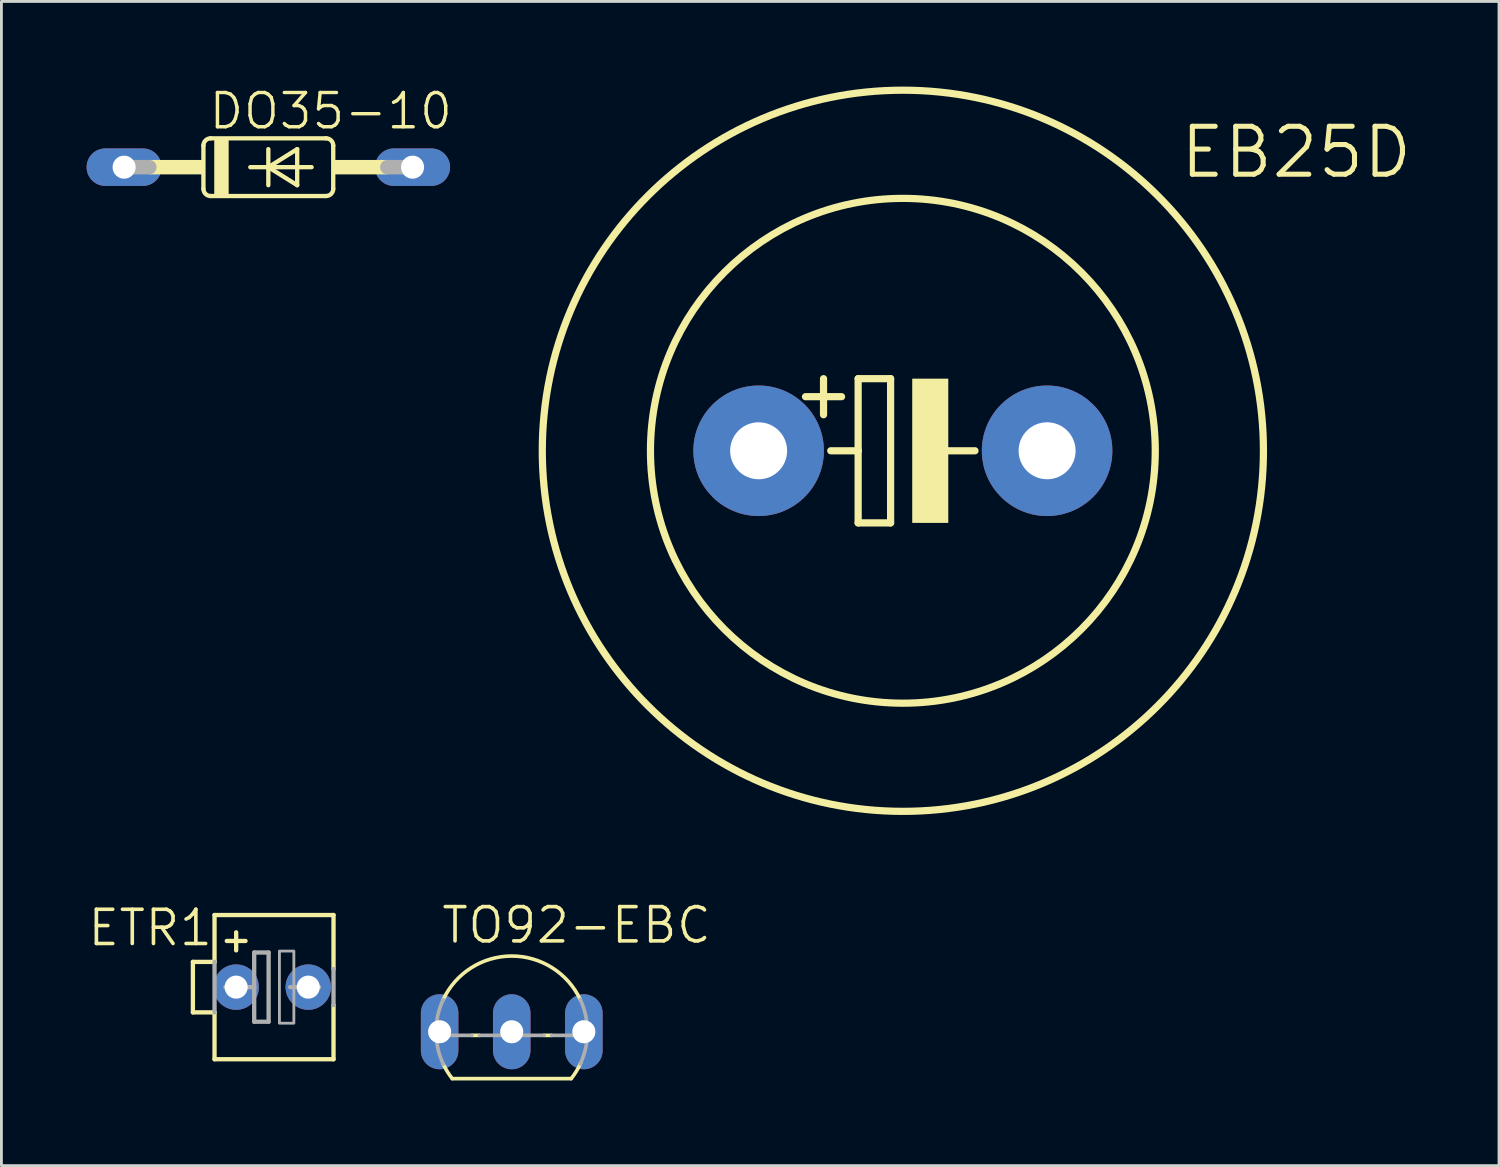
<source format=kicad_pcb>
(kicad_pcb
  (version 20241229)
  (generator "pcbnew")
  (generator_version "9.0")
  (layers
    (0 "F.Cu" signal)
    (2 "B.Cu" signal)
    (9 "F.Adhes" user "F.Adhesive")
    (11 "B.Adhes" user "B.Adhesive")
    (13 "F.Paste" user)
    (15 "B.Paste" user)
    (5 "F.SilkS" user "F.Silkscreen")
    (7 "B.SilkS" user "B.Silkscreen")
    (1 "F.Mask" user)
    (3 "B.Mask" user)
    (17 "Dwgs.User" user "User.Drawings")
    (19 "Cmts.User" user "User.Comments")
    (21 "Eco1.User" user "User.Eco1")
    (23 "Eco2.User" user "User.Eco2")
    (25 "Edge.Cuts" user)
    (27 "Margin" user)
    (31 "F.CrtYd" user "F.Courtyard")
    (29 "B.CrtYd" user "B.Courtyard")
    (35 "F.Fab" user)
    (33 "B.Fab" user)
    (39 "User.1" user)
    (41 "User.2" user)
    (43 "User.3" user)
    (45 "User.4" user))
  (footprint "ETR1"
    (layer "F.Cu")
    (at 6.538 31.718)
    (property "Reference" "ETR1" (at -2.032 -2.794 0) (layer "F.SilkS") (effects (font (size 1.206 1.206) (thickness 0.127)) (justify right top)))
    (attr through_hole)
    (fp_line (start -2.794 -0.889) (end -2.794 0.889) (stroke (width 0.152) (type solid)) (layer "F.SilkS"))
    (fp_line (start -2.794 0.889) (end -2.032 0.889) (stroke (width 0.152) (type solid)) (layer "F.SilkS"))
    (fp_line (start -2.032 -0.889) (end -2.794 -0.889) (stroke (width 0.152) (type solid)) (layer "F.SilkS"))
    (fp_line (start -2.032 -0.889) (end -2.032 -2.54) (stroke (width 0.152) (type solid)) (layer "F.SilkS"))
    (fp_line (start -2.032 2.54) (end -2.032 0.889) (stroke (width 0.152) (type solid)) (layer "F.SilkS"))
    (fp_line (start -2.032 2.54) (end 2.159 2.54) (stroke (width 0.152) (type solid)) (layer "F.SilkS"))
    (fp_line (start -1.27 -1.93) (end -1.27 -1.295) (stroke (width 0.152) (type solid)) (layer "F.SilkS"))
    (fp_line (start -0.94 -1.626) (end -1.6 -1.626) (stroke (width 0.152) (type solid)) (layer "F.SilkS"))
    (fp_line (start 2.159 -2.54) (end -2.032 -2.54) (stroke (width 0.152) (type solid)) (layer "F.SilkS"))
    (fp_line (start 2.159 -2.54) (end 2.159 -0.635) (stroke (width 0.152) (type solid)) (layer "F.SilkS"))
    (fp_line (start 2.159 0.635) (end 2.159 2.54) (stroke (width 0.152) (type solid)) (layer "F.SilkS"))
    (fp_line (start -2.032 0.889) (end -2.032 -0.889) (stroke (width 0.152) (type solid)) (layer "F.Fab"))
    (fp_line (start -1.651 0) (end -0.635 0) (stroke (width 0.152) (type solid)) (layer "F.Fab"))
    (fp_line (start -0.635 -1.219) (end -0.635 0) (stroke (width 0.152) (type solid)) (layer "F.Fab"))
    (fp_line (start -0.635 0) (end -0.635 1.219) (stroke (width 0.152) (type solid)) (layer "F.Fab"))
    (fp_line (start -0.635 1.219) (end -0.127 1.219) (stroke (width 0.152) (type solid)) (layer "F.Fab"))
    (fp_line (start -0.127 -1.219) (end -0.635 -1.219) (stroke (width 0.152) (type solid)) (layer "F.Fab"))
    (fp_line (start -0.127 1.219) (end -0.127 -1.219) (stroke (width 0.152) (type solid)) (layer "F.Fab"))
    (fp_line (start 0.635 0) (end 1.651 0) (stroke (width 0.152) (type solid)) (layer "F.Fab"))
    (fp_line (start 2.159 -0.635) (end 2.159 0.635) (stroke (width 0.152) (type solid)) (layer "F.Fab"))
    (fp_poly (pts (xy 0.254 1.27) (xy 0.762 1.27) (xy 0.762 -1.27) (xy 0.254 -1.27)) (stroke (width 0.1) (type solid)) (fill no) (layer "F.Fab"))
    (pad "+" thru_hole circle (at -1.27 0) (size 1.6 1.6) (drill 0.813) (layers "*.Cu" "*.Mask"))
    (pad "-" thru_hole circle (at 1.27 0) (size 1.6 1.6) (drill 0.813) (layers "*.Cu" "*.Mask")))
  (footprint "DO35-10"
    (layer "F.Cu")
    (at 6.401 2.838)
    (property "Reference" "DO35-10" (at -2.159 -1.27 0) (layer "F.SilkS") (effects (font (size 1.206 1.206) (thickness 0.121)) (justify left bottom)))
    (attr through_hole)
    (fp_line (start -2.286 -0.762) (end -2.286 0.762) (stroke (width 0.152) (type solid)) (layer "F.SilkS"))
    (fp_line (start -2.032 -1.016) (end 2.032 -1.016) (stroke (width 0.152) (type solid)) (layer "F.SilkS"))
    (fp_line (start -2.032 1.016) (end 2.032 1.016) (stroke (width 0.152) (type solid)) (layer "F.SilkS"))
    (fp_line (start -0.635 0) (end 0 0) (stroke (width 0.152) (type solid)) (layer "F.SilkS"))
    (fp_line (start 0 -0.635) (end 0 0) (stroke (width 0.152) (type solid)) (layer "F.SilkS"))
    (fp_line (start 0 0) (end 0 0.635) (stroke (width 0.152) (type solid)) (layer "F.SilkS"))
    (fp_line (start 0 0) (end 1.016 -0.635) (stroke (width 0.152) (type solid)) (layer "F.SilkS"))
    (fp_line (start 0 0) (end 1.524 0) (stroke (width 0.152) (type solid)) (layer "F.SilkS"))
    (fp_line (start 1.016 -0.635) (end 1.016 0.635) (stroke (width 0.152) (type solid)) (layer "F.SilkS"))
    (fp_line (start 1.016 0.635) (end 0 0) (stroke (width 0.152) (type solid)) (layer "F.SilkS"))
    (fp_line (start 2.286 0.762) (end 2.286 -0.762) (stroke (width 0.152) (type solid)) (layer "F.SilkS"))
    (fp_arc (start -2.286 -0.762) (mid -2.211605 -0.941605) (end -2.032 -1.016) (stroke (width 0.1524) (type solid)) (layer "F.SilkS"))
    (fp_arc (start -2.032 1.016) (mid -2.211605 0.941605) (end -2.286 0.762) (stroke (width 0.1524) (type solid)) (layer "F.SilkS"))
    (fp_arc (start 2.032 -1.016) (mid 2.211605 -0.941605) (end 2.286 -0.762) (stroke (width 0.1524) (type solid)) (layer "F.SilkS"))
    (fp_arc (start 2.286 0.762) (mid 2.211605 0.941605) (end 2.032 1.016) (stroke (width 0.1524) (type solid)) (layer "F.SilkS"))
    (fp_poly (pts (xy -4.191 0.254) (xy -2.286 0.254) (xy -2.286 -0.254) (xy -4.191 -0.254)) (stroke (width 0) (type solid)) (fill yes) (layer "F.SilkS"))
    (fp_poly (pts (xy -1.905 1.016) (xy -1.397 1.016) (xy -1.397 -1.016) (xy -1.905 -1.016)) (stroke (width 0) (type solid)) (fill yes) (layer "F.SilkS"))
    (fp_poly (pts (xy 2.286 0.254) (xy 4.191 0.254) (xy 4.191 -0.254) (xy 2.286 -0.254)) (stroke (width 0) (type solid)) (fill yes) (layer "F.SilkS"))
    (fp_line (start -5.08 0) (end -4.191 0) (stroke (width 0.508) (type solid)) (layer "F.Fab"))
    (fp_line (start 5.08 0) (end 4.191 0) (stroke (width 0.508) (type solid)) (layer "F.Fab"))
    (pad "A" thru_hole oval (at 5.08 0) (size 2.642 1.321) (drill 0.813) (layers "*.Cu" "*.Mask"))
    (pad "C" thru_hole oval (at -5.08 0) (size 2.642 1.321) (drill 0.813) (layers "*.Cu" "*.Mask")))
  (footprint "EB25D"
    (layer "F.Cu")
    (at 28.75 12.827)
    (property "Reference" "EB25D" (at 9.677 -9.525 0) (layer "F.SilkS") (effects (font (size 1.689 1.689) (thickness 0.178)) (justify left bottom)))
    (attr through_hole)
    (fp_line (start -2.794 -2.54) (end -2.794 -1.27) (stroke (width 0.254) (type solid)) (layer "F.SilkS"))
    (fp_line (start -2.54 0) (end -1.575 0) (stroke (width 0.254) (type solid)) (layer "F.SilkS"))
    (fp_line (start -2.159 -1.905) (end -3.429 -1.905) (stroke (width 0.254) (type solid)) (layer "F.SilkS"))
    (fp_line (start -1.575 -2.54) (end -0.432 -2.54) (stroke (width 0.254) (type solid)) (layer "F.SilkS"))
    (fp_line (start -1.575 0) (end -1.575 -2.54) (stroke (width 0.254) (type solid)) (layer "F.SilkS"))
    (fp_line (start -1.575 2.54) (end -1.575 0) (stroke (width 0.254) (type solid)) (layer "F.SilkS"))
    (fp_line (start -0.432 -2.54) (end -0.432 2.54) (stroke (width 0.254) (type solid)) (layer "F.SilkS"))
    (fp_line (start -0.432 2.54) (end -1.575 2.54) (stroke (width 0.254) (type solid)) (layer "F.SilkS"))
    (fp_line (start 0.635 0) (end 2.54 0) (stroke (width 0.254) (type solid)) (layer "F.SilkS"))
    (fp_circle (center 0 0) (end 8.89 0) (stroke (width 0.254) (type solid)) (fill no) (layer "F.SilkS"))
    (fp_circle (center 0 0) (end 12.7 0) (stroke (width 0.254) (type solid)) (fill no) (layer "F.SilkS"))
    (fp_poly (pts (xy 0.33 2.54) (xy 1.6 2.54) (xy 1.6 -2.54) (xy 0.33 -2.54)) (stroke (width 0) (type solid)) (fill yes) (layer "F.SilkS"))
    (pad "+" thru_hole circle (at -5.08 0) (size 4.597 4.597) (drill 2.007) (layers "*.Cu" "*.Mask"))
    (pad "-" thru_hole circle (at 5.08 0) (size 4.597 4.597) (drill 2.007) (layers "*.Cu" "*.Mask")))
  (footprint "TO92-EBC"
    (layer "F.Cu")
    (at 14.974 32.02)
    (property "Reference" "TO92-EBC" (at -2.54 -1.778 0) (layer "F.SilkS") (effects (font (size 1.206 1.206) (thickness 0.127)) (justify left bottom)))
    (attr through_hole)
    (fp_line (start -2.095 2.921) (end 2.095 2.921) (stroke (width 0.127) (type solid)) (layer "F.SilkS"))
    (fp_line (start -1.136 1.397) (end -1.404 1.397) (stroke (width 0.127) (type solid)) (layer "F.SilkS"))
    (fp_line (start 1.404 1.397) (end 1.136 1.397) (stroke (width 0.127) (type solid)) (layer "F.SilkS"))
    (fp_arc (start -2.413 0.1341) (mid -0.000001 -1.396986) (end 2.412999 0.134099) (stroke (width 0.127) (type solid)) (layer "F.SilkS"))
    (fp_arc (start -2.095 2.921) (mid -2.268918 2.67252) (end -2.4135 2.4059) (stroke (width 0.127) (type solid)) (layer "F.SilkS"))
    (fp_arc (start 2.4247 2.3818) (mid 2.275878 2.661201) (end 2.095 2.921) (stroke (width 0.127) (type solid)) (layer "F.SilkS"))
    (fp_line (start -1.404 1.397) (end -2.664 1.397) (stroke (width 0.127) (type solid)) (layer "F.Fab"))
    (fp_line (start 1.136 1.397) (end -1.136 1.397) (stroke (width 0.127) (type solid)) (layer "F.Fab"))
    (fp_line (start 2.664 1.397) (end 1.404 1.397) (stroke (width 0.127) (type solid)) (layer "F.Fab"))
    (fp_arc (start -2.413 2.4059) (mid -2.666991 1.27) (end -2.413 0.1341) (stroke (width 0.127) (type solid)) (layer "F.Fab"))
    (fp_arc (start 2.413 0.1341) (mid 2.666991 1.27) (end 2.413 2.4059) (stroke (width 0.127) (type solid)) (layer "F.Fab"))
    (pad "B" thru_hole oval (at 0 1.27 90) (size 2.642 1.321) (drill 0.813) (layers "*.Cu" "*.Mask"))
    (pad "C" thru_hole oval (at -2.54 1.27 90) (size 2.642 1.321) (drill 0.813) (layers "*.Cu" "*.Mask"))
    (pad "E" thru_hole oval (at 2.54 1.27 90) (size 2.642 1.321) (drill 0.813) (layers "*.Cu" "*.Mask")))
  (gr_rect
    (start -3 -3)
    (end 49.747 38.004)
    (stroke (width 0.1) (type default))
    (fill no)
    (layer "Edge.Cuts")))
</source>
